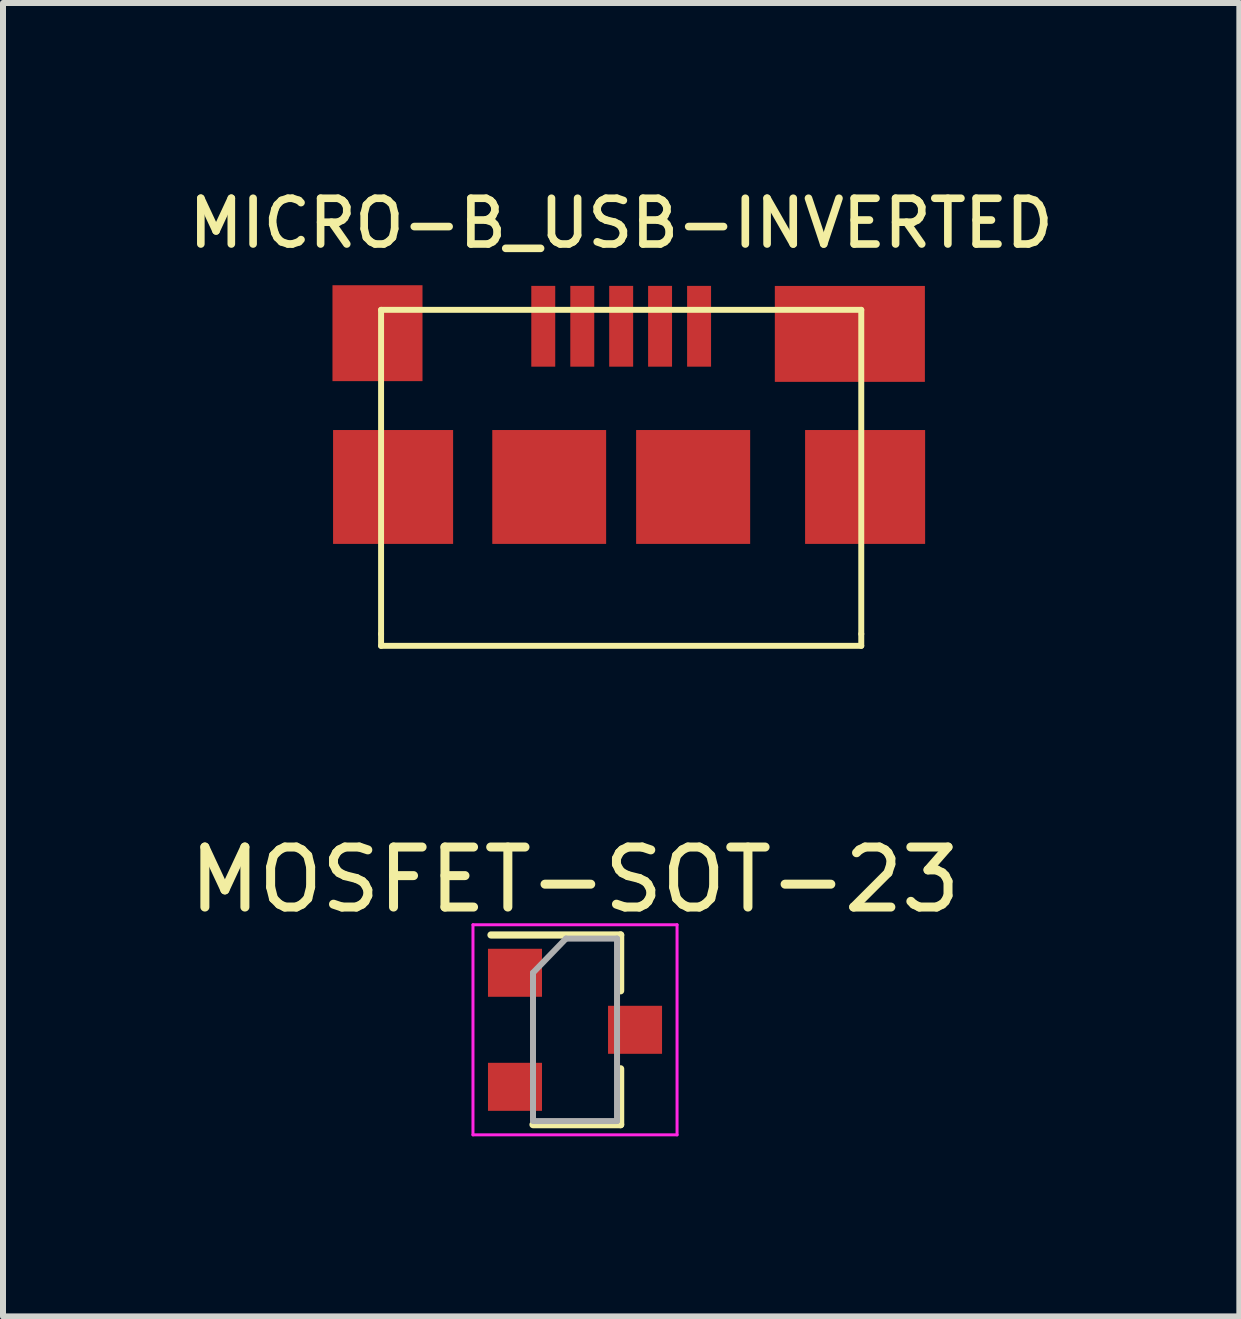
<source format=kicad_pcb>
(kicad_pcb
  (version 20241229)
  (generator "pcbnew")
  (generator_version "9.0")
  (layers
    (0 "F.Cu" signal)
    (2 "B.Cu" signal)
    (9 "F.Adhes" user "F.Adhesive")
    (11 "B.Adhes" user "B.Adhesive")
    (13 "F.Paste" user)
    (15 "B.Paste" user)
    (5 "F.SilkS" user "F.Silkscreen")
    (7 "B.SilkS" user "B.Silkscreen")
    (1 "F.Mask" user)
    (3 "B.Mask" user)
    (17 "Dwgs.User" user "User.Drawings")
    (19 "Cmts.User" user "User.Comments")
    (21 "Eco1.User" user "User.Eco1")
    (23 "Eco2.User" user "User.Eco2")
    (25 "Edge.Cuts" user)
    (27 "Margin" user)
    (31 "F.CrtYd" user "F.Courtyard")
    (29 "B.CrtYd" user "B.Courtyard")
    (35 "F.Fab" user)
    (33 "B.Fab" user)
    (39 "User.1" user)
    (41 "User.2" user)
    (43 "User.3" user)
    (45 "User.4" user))
  (footprint "MICRO-B_USB-INVERTED"
    (layer "F.Cu")
    (at 7.299 6.511)
    (property "Reference" "MICRO-B_USB-INVERTED" (at 0 -5.842 0) (layer "F.SilkS") (effects (font (size 0.762 0.762) (thickness 0.127))))
    (attr through_hole)
    (fp_line (start -4 -4.399) (end 4 -4.399) (stroke (width 0.099) (type solid)) (layer "F.SilkS"))
    (fp_line (start -4 1.001) (end -4 -4.399) (stroke (width 0.099) (type solid)) (layer "F.SilkS"))
    (fp_line (start -4 1.001) (end -4 1.199) (stroke (width 0.099) (type solid)) (layer "F.SilkS"))
    (fp_line (start 4 -4.399) (end 4 1.001) (stroke (width 0.099) (type solid)) (layer "F.SilkS"))
    (fp_line (start 4 1.001) (end 4 1.199) (stroke (width 0.099) (type solid)) (layer "F.SilkS"))
    (fp_line (start 4 1.199) (end -4 1.199) (stroke (width 0.099) (type solid)) (layer "F.SilkS"))
    (pad "1" smd rect (at 1.298 -4.125) (size 0.399 1.346) (layers "F.Cu" "F.Mask" "F.Paste"))
    (pad "2" smd rect (at 0.648 -4.125) (size 0.399 1.346) (layers "F.Cu" "F.Mask" "F.Paste"))
    (pad "3" smd rect (at 0 -4.125) (size 0.399 1.346) (layers "F.Cu" "F.Mask" "F.Paste"))
    (pad "4" smd rect (at -0.648 -4.125) (size 0.399 1.346) (layers "F.Cu" "F.Mask" "F.Paste"))
    (pad "5" smd rect (at -1.298 -4.125) (size 0.399 1.346) (layers "F.Cu" "F.Mask" "F.Paste"))
    (pad "6" smd rect (at -4.06 -4.01) (size 1.5 1.598) (layers "F.Cu" "F.Mask" "F.Paste"))
    (pad "6" smd rect (at -3.8 -1.448) (size 2 1.897) (layers "F.Cu" "F.Mask" "F.Paste"))
    (pad "6" smd rect (at -1.199 -1.448) (size 1.897 1.897) (layers "F.Cu" "F.Mask" "F.Paste"))
    (pad "6" smd rect (at 1.199 -1.448) (size 1.9 1.897) (layers "F.Cu" "F.Mask" "F.Paste"))
    (pad "6" smd rect (at 3.81 -3.998) (size 2.5 1.598) (layers "F.Cu" "F.Mask" "F.Paste"))
    (pad "6" smd rect (at 4.064 -1.448) (size 2 1.897) (layers "F.Cu" "F.Mask" "F.Paste")))
  (footprint "MOSFET-SOT-23"
    (layer "F.Cu")
    (at 6.53 14.107)
    (property "Reference" "MOSFET-SOT-23" (at 0 -2.5 0) (layer "F.SilkS") (effects (font (size 1 1) (thickness 0.15))))
    (attr smd)
    (fp_line (start 0.76 -1.58) (end -1.4 -1.58) (stroke (width 0.12) (type solid)) (layer "F.SilkS"))
    (fp_line (start 0.76 -1.58) (end 0.76 -0.65) (stroke (width 0.12) (type solid)) (layer "F.SilkS"))
    (fp_line (start 0.76 1.58) (end -0.7 1.58) (stroke (width 0.12) (type solid)) (layer "F.SilkS"))
    (fp_line (start 0.76 1.58) (end 0.76 0.65) (stroke (width 0.12) (type solid)) (layer "F.SilkS"))
    (fp_line (start -1.7 -1.75) (end 1.7 -1.75) (stroke (width 0.05) (type solid)) (layer "F.CrtYd"))
    (fp_line (start -1.7 1.75) (end -1.7 -1.75) (stroke (width 0.05) (type solid)) (layer "F.CrtYd"))
    (fp_line (start 1.7 -1.75) (end 1.7 1.75) (stroke (width 0.05) (type solid)) (layer "F.CrtYd"))
    (fp_line (start 1.7 1.75) (end -1.7 1.75) (stroke (width 0.05) (type solid)) (layer "F.CrtYd"))
    (fp_line (start -0.7 -0.95) (end -0.7 1.5) (stroke (width 0.1) (type solid)) (layer "F.Fab"))
    (fp_line (start -0.7 -0.95) (end -0.15 -1.52) (stroke (width 0.1) (type solid)) (layer "F.Fab"))
    (fp_line (start -0.7 1.52) (end 0.7 1.52) (stroke (width 0.1) (type solid)) (layer "F.Fab"))
    (fp_line (start -0.15 -1.52) (end 0.7 -1.52) (stroke (width 0.1) (type solid)) (layer "F.Fab"))
    (fp_line (start 0.7 -1.52) (end 0.7 1.52) (stroke (width 0.1) (type solid)) (layer "F.Fab"))
    (pad "D" smd rect (at 1 0) (size 0.9 0.8) (layers "F.Cu" "F.Mask" "F.Paste"))
    (pad "G" smd rect (at -1 -0.95) (size 0.9 0.8) (layers "F.Cu" "F.Mask" "F.Paste"))
    (pad "S" smd rect (at -1 0.95) (size 0.9 0.8) (layers "F.Cu" "F.Mask" "F.Paste")))
  (gr_rect
    (start -3 -3)
    (end 17.598 18.882)
    (stroke (width 0.1) (type default))
    (fill no)
    (layer "Edge.Cuts")))
</source>
